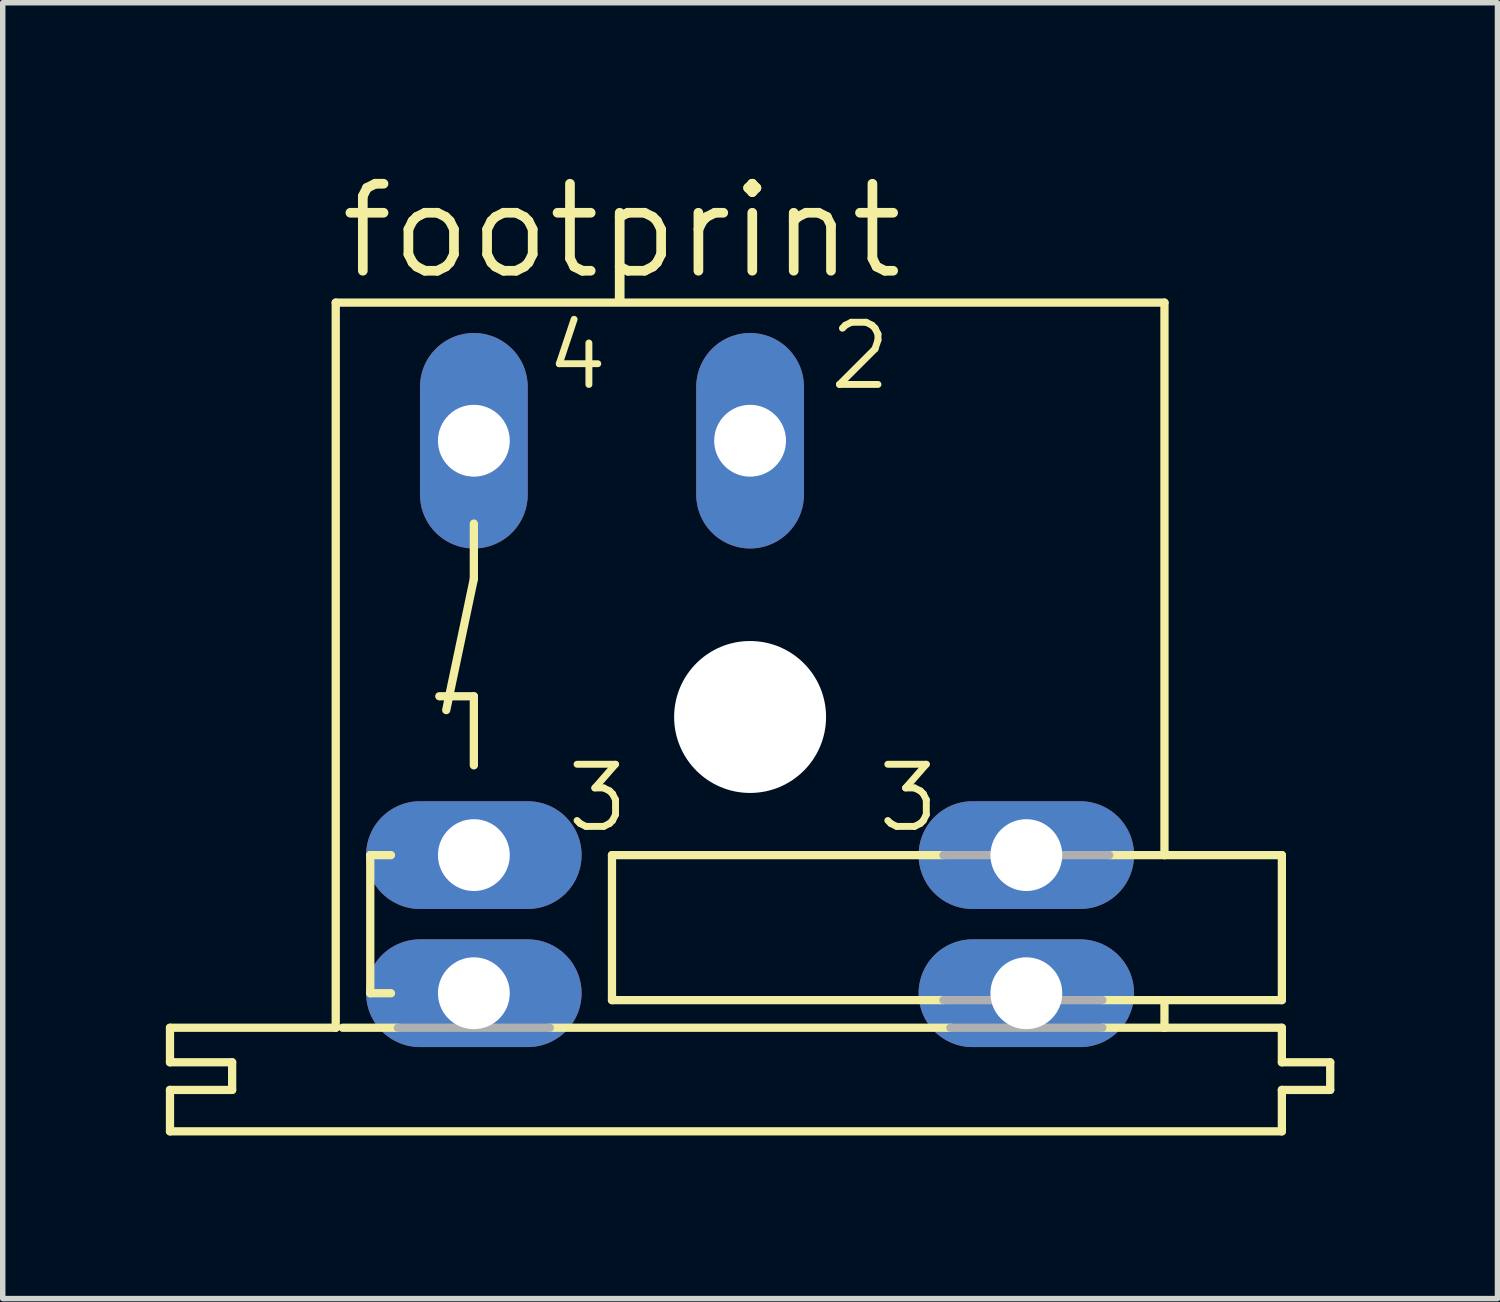
<source format=kicad_pcb>
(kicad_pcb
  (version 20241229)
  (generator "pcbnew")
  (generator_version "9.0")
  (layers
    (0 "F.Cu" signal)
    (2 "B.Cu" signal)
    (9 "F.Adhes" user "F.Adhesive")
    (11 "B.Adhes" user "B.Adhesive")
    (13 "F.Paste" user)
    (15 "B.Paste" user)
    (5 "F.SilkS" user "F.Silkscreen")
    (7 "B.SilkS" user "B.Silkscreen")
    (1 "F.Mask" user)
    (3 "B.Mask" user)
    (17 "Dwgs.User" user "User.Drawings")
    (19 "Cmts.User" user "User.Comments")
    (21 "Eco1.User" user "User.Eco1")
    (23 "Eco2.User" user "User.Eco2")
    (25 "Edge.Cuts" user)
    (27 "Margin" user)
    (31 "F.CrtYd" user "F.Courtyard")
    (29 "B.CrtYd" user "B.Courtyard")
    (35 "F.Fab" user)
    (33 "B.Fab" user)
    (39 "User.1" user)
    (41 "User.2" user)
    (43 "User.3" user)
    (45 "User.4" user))
  (footprint "footprint"
    (layer "F.Cu")
    (at 10.744 10.135)
    (property "Reference" "footprint" (at -7.62 -8.001 0) (layer "F.SilkS") (effects (font (size 1.6 1.6) (thickness 0.178)) (justify left bottom)))
    (fp_line (start -10.668 6.35) (end -10.668 5.715) (stroke (width 0.152) (type solid)) (layer "F.SilkS"))
    (fp_line (start -10.668 6.35) (end -9.525 6.35) (stroke (width 0.152) (type solid)) (layer "F.SilkS"))
    (fp_line (start -10.668 7.62) (end -10.668 6.858) (stroke (width 0.152) (type solid)) (layer "F.SilkS"))
    (fp_line (start -10.668 7.62) (end 9.779 7.62) (stroke (width 0.152) (type solid)) (layer "F.SilkS"))
    (fp_line (start -9.525 6.858) (end -10.668 6.858) (stroke (width 0.152) (type solid)) (layer "F.SilkS"))
    (fp_line (start -9.525 6.858) (end -9.525 6.35) (stroke (width 0.152) (type solid)) (layer "F.SilkS"))
    (fp_line (start -7.62 -7.62) (end -7.62 5.715) (stroke (width 0.152) (type solid)) (layer "F.SilkS"))
    (fp_line (start -7.62 5.715) (end -10.668 5.715) (stroke (width 0.152) (type solid)) (layer "F.SilkS"))
    (fp_line (start -7.493 5.715) (end -6.477 5.715) (stroke (width 0.152) (type solid)) (layer "F.SilkS"))
    (fp_line (start -6.985 2.54) (end -6.985 5.08) (stroke (width 0.152) (type solid)) (layer "F.SilkS"))
    (fp_line (start -6.985 5.08) (end -6.604 5.08) (stroke (width 0.152) (type solid)) (layer "F.SilkS"))
    (fp_line (start -6.604 2.54) (end -6.985 2.54) (stroke (width 0.152) (type solid)) (layer "F.SilkS"))
    (fp_line (start -5.715 -0.381) (end -5.08 -0.381) (stroke (width 0.152) (type solid)) (layer "F.SilkS"))
    (fp_line (start -5.08 -3.556) (end -5.08 -2.54) (stroke (width 0.152) (type solid)) (layer "F.SilkS"))
    (fp_line (start -5.08 -2.54) (end -5.588 -0.127) (stroke (width 0.152) (type solid)) (layer "F.SilkS"))
    (fp_line (start -5.08 -0.381) (end -5.08 0.889) (stroke (width 0.152) (type solid)) (layer "F.SilkS"))
    (fp_line (start -3.683 5.715) (end 3.683 5.715) (stroke (width 0.152) (type solid)) (layer "F.SilkS"))
    (fp_line (start -2.54 2.54) (end -2.54 5.207) (stroke (width 0.152) (type solid)) (layer "F.SilkS"))
    (fp_line (start -2.54 5.207) (end 3.556 5.207) (stroke (width 0.152) (type solid)) (layer "F.SilkS"))
    (fp_line (start 3.556 2.54) (end -2.54 2.54) (stroke (width 0.152) (type solid)) (layer "F.SilkS"))
    (fp_line (start 6.477 5.207) (end 7.62 5.207) (stroke (width 0.152) (type solid)) (layer "F.SilkS"))
    (fp_line (start 6.477 5.715) (end 7.62 5.715) (stroke (width 0.152) (type solid)) (layer "F.SilkS"))
    (fp_line (start 7.62 -7.62) (end -7.62 -7.62) (stroke (width 0.152) (type solid)) (layer "F.SilkS"))
    (fp_line (start 7.62 -7.62) (end 7.62 2.54) (stroke (width 0.152) (type solid)) (layer "F.SilkS"))
    (fp_line (start 7.62 2.54) (end 6.604 2.54) (stroke (width 0.152) (type solid)) (layer "F.SilkS"))
    (fp_line (start 7.62 5.715) (end 7.62 5.207) (stroke (width 0.152) (type solid)) (layer "F.SilkS"))
    (fp_line (start 9.779 2.54) (end 7.62 2.54) (stroke (width 0.152) (type solid)) (layer "F.SilkS"))
    (fp_line (start 9.779 5.207) (end 7.62 5.207) (stroke (width 0.152) (type solid)) (layer "F.SilkS"))
    (fp_line (start 9.779 5.207) (end 9.779 2.54) (stroke (width 0.152) (type solid)) (layer "F.SilkS"))
    (fp_line (start 9.779 5.715) (end 7.62 5.715) (stroke (width 0.152) (type solid)) (layer "F.SilkS"))
    (fp_line (start 9.779 5.715) (end 9.779 6.35) (stroke (width 0.152) (type solid)) (layer "F.SilkS"))
    (fp_line (start 9.779 7.62) (end 9.779 6.858) (stroke (width 0.152) (type solid)) (layer "F.SilkS"))
    (fp_line (start 10.668 6.35) (end 9.779 6.35) (stroke (width 0.152) (type solid)) (layer "F.SilkS"))
    (fp_line (start 10.668 6.858) (end 9.779 6.858) (stroke (width 0.152) (type solid)) (layer "F.SilkS"))
    (fp_line (start 10.668 6.858) (end 10.668 6.35) (stroke (width 0.152) (type solid)) (layer "F.SilkS"))
    (fp_line (start -3.683 5.715) (end -6.477 5.715) (stroke (width 0.152) (type solid)) (layer "F.Fab"))
    (fp_line (start 3.556 5.207) (end 6.477 5.207) (stroke (width 0.152) (type solid)) (layer "F.Fab"))
    (fp_line (start 6.477 5.715) (end 3.683 5.715) (stroke (width 0.152) (type solid)) (layer "F.Fab"))
    (fp_line (start 6.604 2.54) (end 3.556 2.54) (stroke (width 0.152) (type solid)) (layer "F.Fab"))
    (fp_text user "2" (at 1.397 -5.969 0) (layer "F.SilkS") (effects (font (size 1.143 1.143) (thickness 0.127)) (justify left bottom)))
    (fp_text user "3 " (at 2.286 2.159 0) (layer "F.SilkS") (effects (font (size 1.143 1.143) (thickness 0.127)) (justify left bottom)))
    (fp_text user "4" (at -3.81 -5.969 0) (layer "F.SilkS") (effects (font (size 1.143 1.143) (thickness 0.127)) (justify left bottom)))
    (fp_text user "3" (at -3.429 2.159 0) (layer "F.SilkS") (effects (font (size 1.143 1.143) (thickness 0.127)) (justify left bottom)))
    (pad "" np_thru_hole circle (at 0 0) (size 2.794 2.794) (drill 2.794) (layers "*.Cu" "*.Mask"))
    (pad "2" thru_hole oval (at 0 -5.08 90) (size 3.962 1.981) (drill 1.321) (layers "*.Cu" "*.Mask"))
    (pad "3" thru_hole oval (at -5.08 2.54) (size 3.962 1.981) (drill 1.321) (layers "*.Cu" "*.Mask"))
    (pad "3@1" thru_hole oval (at -5.08 5.08) (size 3.962 1.981) (drill 1.321) (layers "*.Cu" "*.Mask"))
    (pad "3@2" thru_hole oval (at 5.08 5.08) (size 3.962 1.981) (drill 1.321) (layers "*.Cu" "*.Mask"))
    (pad "3@3" thru_hole oval (at 5.08 2.54) (size 3.962 1.981) (drill 1.321) (layers "*.Cu" "*.Mask"))
    (pad "4" thru_hole oval (at -5.08 -5.08 90) (size 3.962 1.981) (drill 1.321) (layers "*.Cu" "*.Mask")))
  (gr_rect
    (start -3 -3)
    (end 24.488 20.831)
    (stroke (width 0.1) (type default))
    (fill no)
    (layer "Edge.Cuts")))
</source>
